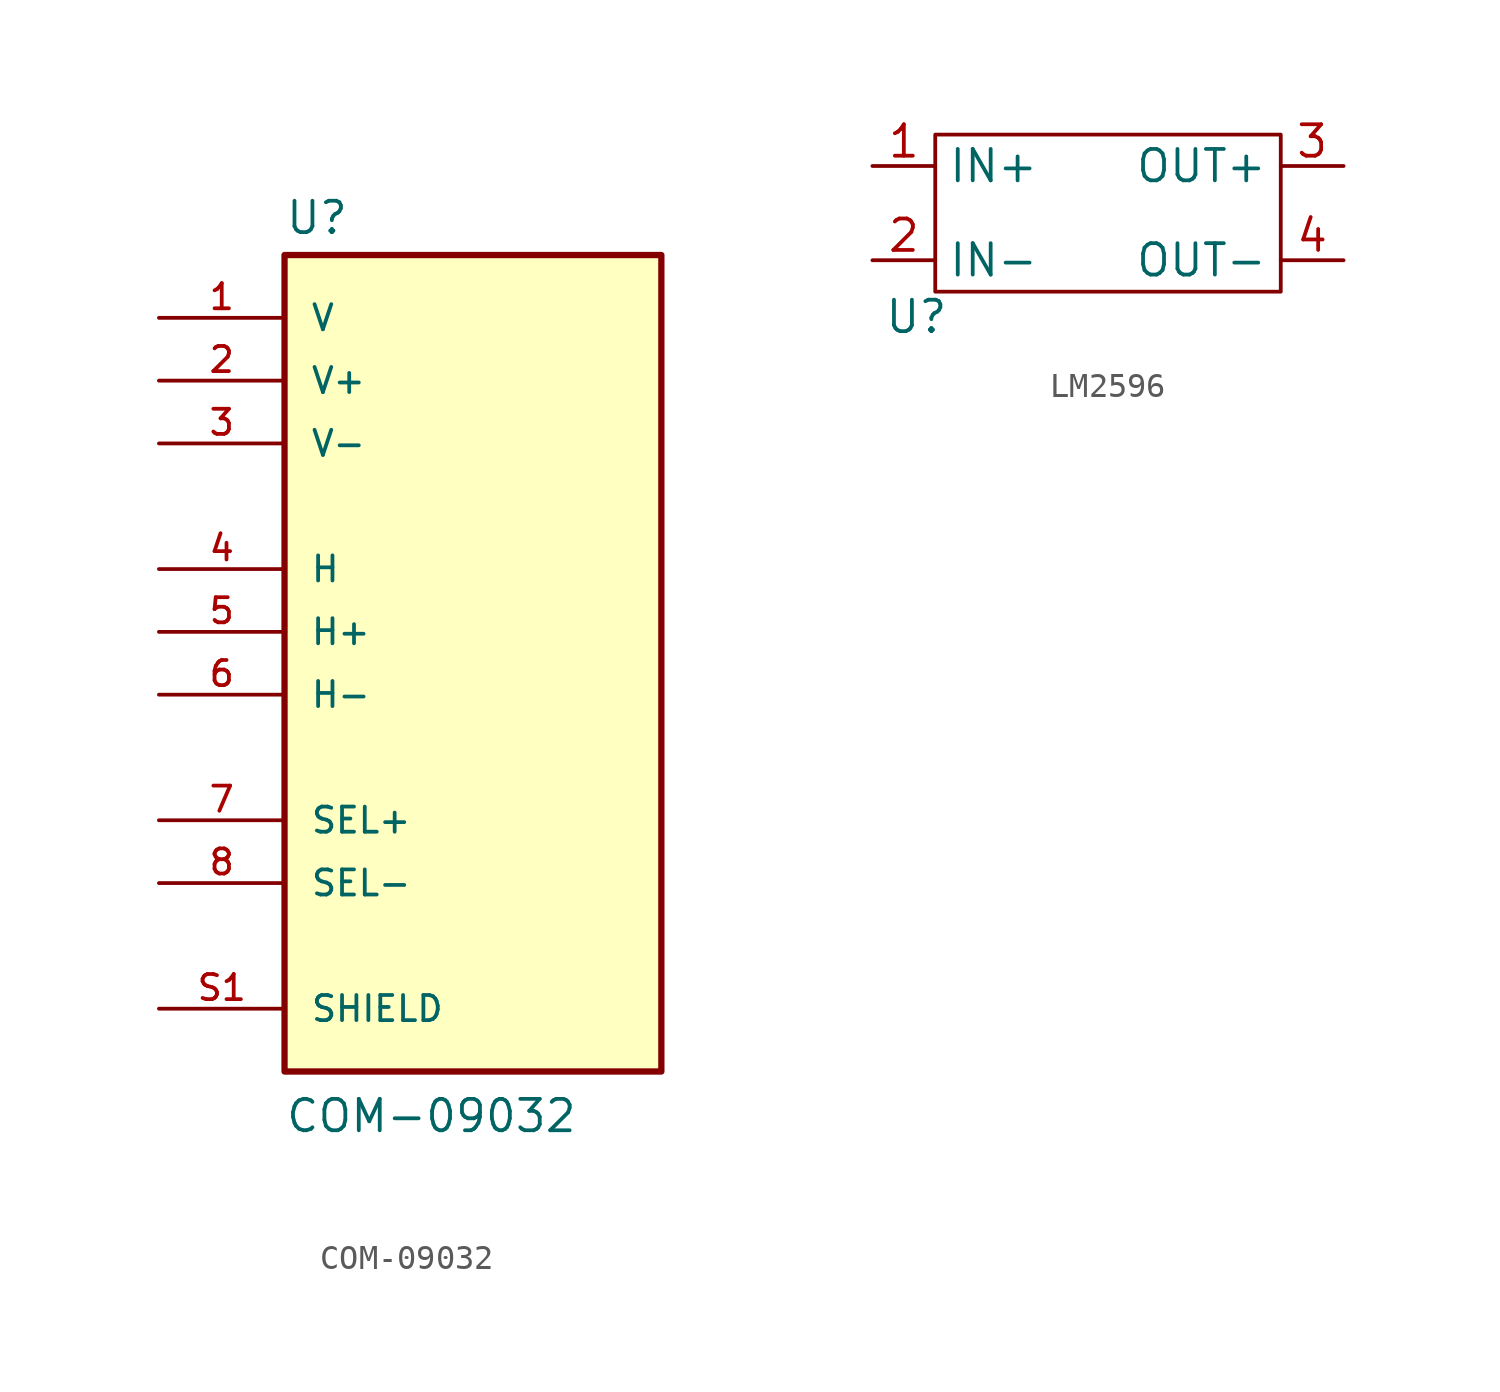
<source format=kicad_sym>
(kicad_symbol_lib
  (version 20241209)
  (generator "kicad_symbol_editor")
  (generator_version "9.0")
  (symbol "COM-09032"
    (pin_names
      (offset 1.016))
    (property "Reference" "U"
      (at -7.62 16.002 0)
      (effects (font (size 1.27 1.27)) (justify left bottom)))
    (property "Value" "COM-09032"
      (at -7.62 -20.32 0)
      (effects (font (size 1.27 1.27)) (justify left bottom)))
    (symbol "COM-09032_0_0"
      (rectangle (start -7.62 -17.78) (end 7.62 15.24) (stroke (width 0.254) (type default)) (fill (type background))))
    (symbol "COM-09032_1_0"
      (pin output line (at -12.7 12.7 0) (length 5.08) (name "V" (effects (font (size 1.016 1.016)))) (number "1" (effects (font (size 1.016 1.016)))))
      (pin power_in line (at -12.7 10.16 0) (length 5.08) (name "V+" (effects (font (size 1.016 1.016)))) (number "2" (effects (font (size 1.016 1.016)))))
      (pin power_in line (at -12.7 7.62 0) (length 5.08) (name "V-" (effects (font (size 1.016 1.016)))) (number "3" (effects (font (size 1.016 1.016)))))
      (pin output line (at -12.7 2.54 0) (length 5.08) (name "H" (effects (font (size 1.016 1.016)))) (number "4" (effects (font (size 1.016 1.016)))))
      (pin power_in line (at -12.7 0 0) (length 5.08) (name "H+" (effects (font (size 1.016 1.016)))) (number "5" (effects (font (size 1.016 1.016)))))
      (pin power_in line (at -12.7 -2.54 0) (length 5.08) (name "H-" (effects (font (size 1.016 1.016)))) (number "6" (effects (font (size 1.016 1.016)))))
      (pin power_in line (at -12.7 -7.62 0) (length 5.08) (name "SEL+" (effects (font (size 1.016 1.016)))) (number "7" (effects (font (size 1.016 1.016)))))
      (pin output line (at -12.7 -10.16 0) (length 5.08) (name "SEL-" (effects (font (size 1.016 1.016)))) (number "8" (effects (font (size 1.016 1.016)))))
      (pin passive line (at -12.7 -15.24 0) (length 5.08) (name "SHIELD" (effects (font (size 1.016 1.016)))) (number "S1" (effects (font (size 1.016 1.016)))))))
  (symbol "LM2596"
    (property "Reference" "U"
      (at -0.762 -1.016 0)
      (effects (font (size 1.27 1.27))))
    (property "Value" ""
      (at 0 0 0)
      (effects (font (size 1.27 1.27))))
    (symbol "LM2596_0_1"
      (rectangle (start 0 6.35) (end 13.97 0) (stroke (width 0) (type default)) (fill (type none))))
    (symbol "LM2596_1_1"
      (pin power_in line (at -2.54 5.08 0) (length 2.54) (name "IN+" (effects (font (size 1.27 1.27)))) (number "1" (effects (font (size 1.27 1.27)))))
      (pin power_in line (at -2.54 1.27 0) (length 2.54) (name "IN-" (effects (font (size 1.27 1.27)))) (number "2" (effects (font (size 1.27 1.27)))))
      (pin power_out line (at 16.51 5.08 180) (length 2.54) (name "OUT+" (effects (font (size 1.27 1.27)))) (number "3" (effects (font (size 1.27 1.27)))))
      (pin power_in line (at 16.51 1.27 180) (length 2.54) (name "OUT-" (effects (font (size 1.27 1.27)))) (number "4" (effects (font (size 1.27 1.27))))))))
</source>
